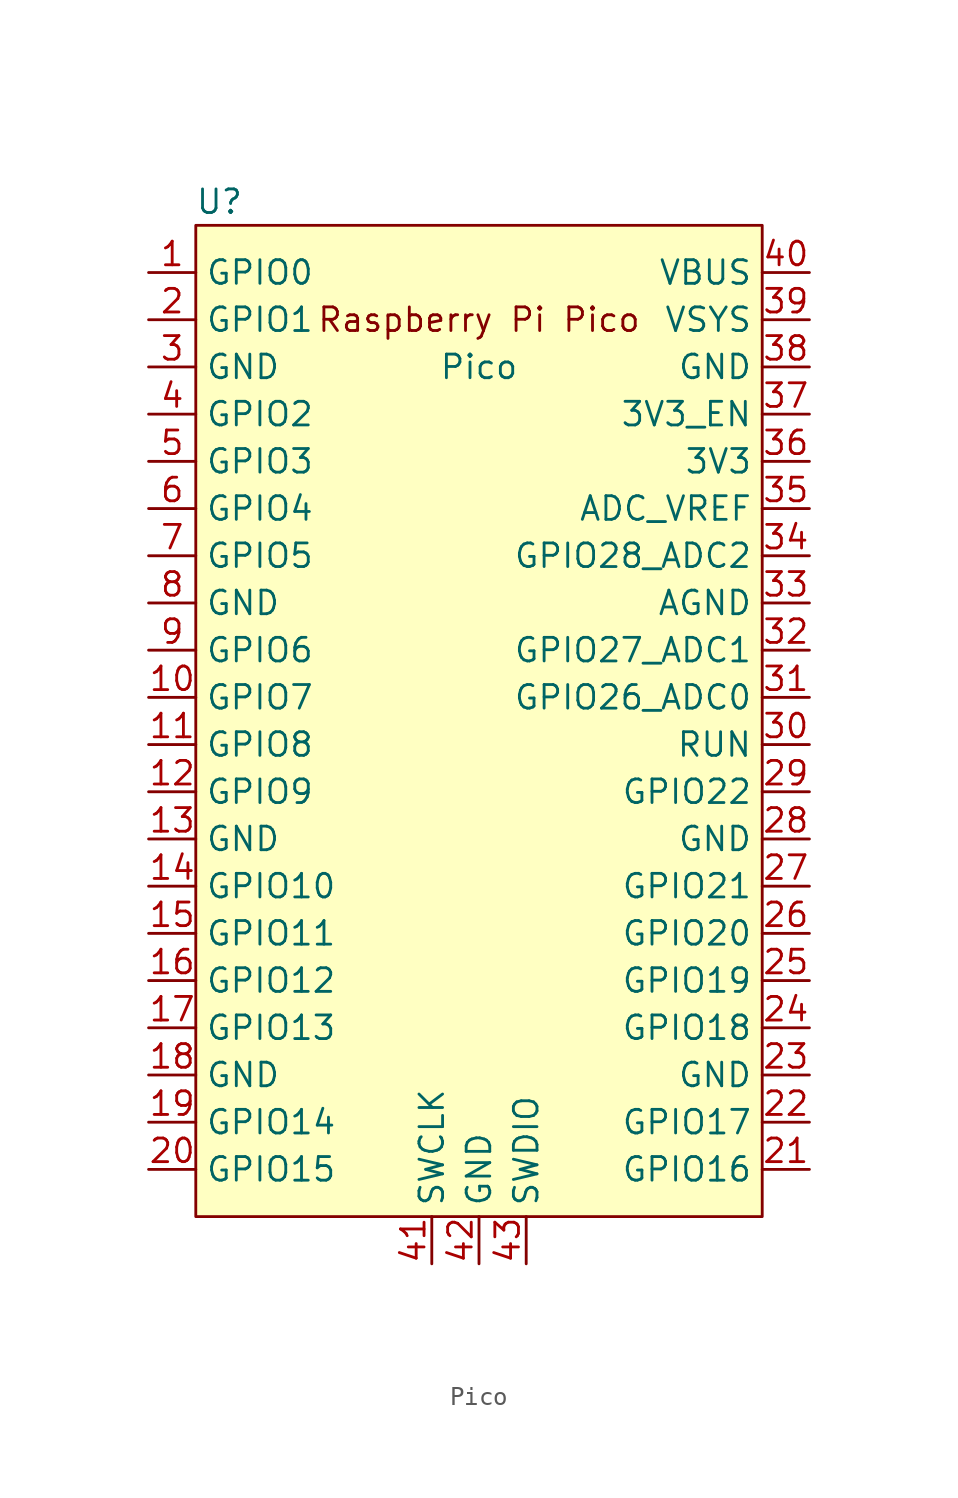
<source format=kicad_sym>
(kicad_symbol_lib
  (version 20211014)
  (generator kicad_symbol_editor)
  (symbol "Pico"
    (property "Reference" "U"
      (at -13.97 27.94 0)
      (effects (font (size 1.27 1.27))))
    (property "Value" "Pico"
      (at 0 19.05 0)
      (effects (font (size 1.27 1.27))))
    (symbol "Pico_0_0"
      (text "Raspberry Pi Pico" (at 0 21.59 0) (effects (font (size 1.27 1.27)))))
    (symbol "Pico_0_1"
      (rectangle (start -15.24 26.67) (end 15.24 -26.67) (stroke (width 0) (type default) (color 0 0 0 0)) (fill (type background))))
    (symbol "Pico_1_1"
      (pin bidirectional line (at -17.78 24.13 0) (length 2.54) (name "GPIO0" (effects (font (size 1.27 1.27)))) (number "1" (effects (font (size 1.27 1.27)))))
      (pin bidirectional line (at -17.78 1.27 0) (length 2.54) (name "GPIO7" (effects (font (size 1.27 1.27)))) (number "10" (effects (font (size 1.27 1.27)))))
      (pin bidirectional line (at -17.78 -1.27 0) (length 2.54) (name "GPIO8" (effects (font (size 1.27 1.27)))) (number "11" (effects (font (size 1.27 1.27)))))
      (pin bidirectional line (at -17.78 -3.81 0) (length 2.54) (name "GPIO9" (effects (font (size 1.27 1.27)))) (number "12" (effects (font (size 1.27 1.27)))))
      (pin power_in line (at -17.78 -6.35 0) (length 2.54) (name "GND" (effects (font (size 1.27 1.27)))) (number "13" (effects (font (size 1.27 1.27)))))
      (pin bidirectional line (at -17.78 -8.89 0) (length 2.54) (name "GPIO10" (effects (font (size 1.27 1.27)))) (number "14" (effects (font (size 1.27 1.27)))))
      (pin bidirectional line (at -17.78 -11.43 0) (length 2.54) (name "GPIO11" (effects (font (size 1.27 1.27)))) (number "15" (effects (font (size 1.27 1.27)))))
      (pin bidirectional line (at -17.78 -13.97 0) (length 2.54) (name "GPIO12" (effects (font (size 1.27 1.27)))) (number "16" (effects (font (size 1.27 1.27)))))
      (pin bidirectional line (at -17.78 -16.51 0) (length 2.54) (name "GPIO13" (effects (font (size 1.27 1.27)))) (number "17" (effects (font (size 1.27 1.27)))))
      (pin power_in line (at -17.78 -19.05 0) (length 2.54) (name "GND" (effects (font (size 1.27 1.27)))) (number "18" (effects (font (size 1.27 1.27)))))
      (pin bidirectional line (at -17.78 -21.59 0) (length 2.54) (name "GPIO14" (effects (font (size 1.27 1.27)))) (number "19" (effects (font (size 1.27 1.27)))))
      (pin bidirectional line (at -17.78 21.59 0) (length 2.54) (name "GPIO1" (effects (font (size 1.27 1.27)))) (number "2" (effects (font (size 1.27 1.27)))))
      (pin bidirectional line (at -17.78 -24.13 0) (length 2.54) (name "GPIO15" (effects (font (size 1.27 1.27)))) (number "20" (effects (font (size 1.27 1.27)))))
      (pin bidirectional line (at 17.78 -24.13 180) (length 2.54) (name "GPIO16" (effects (font (size 1.27 1.27)))) (number "21" (effects (font (size 1.27 1.27)))))
      (pin bidirectional line (at 17.78 -21.59 180) (length 2.54) (name "GPIO17" (effects (font (size 1.27 1.27)))) (number "22" (effects (font (size 1.27 1.27)))))
      (pin power_in line (at 17.78 -19.05 180) (length 2.54) (name "GND" (effects (font (size 1.27 1.27)))) (number "23" (effects (font (size 1.27 1.27)))))
      (pin bidirectional line (at 17.78 -16.51 180) (length 2.54) (name "GPIO18" (effects (font (size 1.27 1.27)))) (number "24" (effects (font (size 1.27 1.27)))))
      (pin bidirectional line (at 17.78 -13.97 180) (length 2.54) (name "GPIO19" (effects (font (size 1.27 1.27)))) (number "25" (effects (font (size 1.27 1.27)))))
      (pin bidirectional line (at 17.78 -11.43 180) (length 2.54) (name "GPIO20" (effects (font (size 1.27 1.27)))) (number "26" (effects (font (size 1.27 1.27)))))
      (pin bidirectional line (at 17.78 -8.89 180) (length 2.54) (name "GPIO21" (effects (font (size 1.27 1.27)))) (number "27" (effects (font (size 1.27 1.27)))))
      (pin power_in line (at 17.78 -6.35 180) (length 2.54) (name "GND" (effects (font (size 1.27 1.27)))) (number "28" (effects (font (size 1.27 1.27)))))
      (pin bidirectional line (at 17.78 -3.81 180) (length 2.54) (name "GPIO22" (effects (font (size 1.27 1.27)))) (number "29" (effects (font (size 1.27 1.27)))))
      (pin power_in line (at -17.78 19.05 0) (length 2.54) (name "GND" (effects (font (size 1.27 1.27)))) (number "3" (effects (font (size 1.27 1.27)))))
      (pin input line (at 17.78 -1.27 180) (length 2.54) (name "RUN" (effects (font (size 1.27 1.27)))) (number "30" (effects (font (size 1.27 1.27)))))
      (pin bidirectional line (at 17.78 1.27 180) (length 2.54) (name "GPIO26_ADC0" (effects (font (size 1.27 1.27)))) (number "31" (effects (font (size 1.27 1.27)))))
      (pin bidirectional line (at 17.78 3.81 180) (length 2.54) (name "GPIO27_ADC1" (effects (font (size 1.27 1.27)))) (number "32" (effects (font (size 1.27 1.27)))))
      (pin power_in line (at 17.78 6.35 180) (length 2.54) (name "AGND" (effects (font (size 1.27 1.27)))) (number "33" (effects (font (size 1.27 1.27)))))
      (pin bidirectional line (at 17.78 8.89 180) (length 2.54) (name "GPIO28_ADC2" (effects (font (size 1.27 1.27)))) (number "34" (effects (font (size 1.27 1.27)))))
      (pin input line (at 17.78 11.43 180) (length 2.54) (name "ADC_VREF" (effects (font (size 1.27 1.27)))) (number "35" (effects (font (size 1.27 1.27)))))
      (pin power_out line (at 17.78 13.97 180) (length 2.54) (name "3V3" (effects (font (size 1.27 1.27)))) (number "36" (effects (font (size 1.27 1.27)))))
      (pin input line (at 17.78 16.51 180) (length 2.54) (name "3V3_EN" (effects (font (size 1.27 1.27)))) (number "37" (effects (font (size 1.27 1.27)))))
      (pin power_in line (at 17.78 19.05 180) (length 2.54) (name "GND" (effects (font (size 1.27 1.27)))) (number "38" (effects (font (size 1.27 1.27)))))
      (pin power_in line (at 17.78 21.59 180) (length 2.54) (name "VSYS" (effects (font (size 1.27 1.27)))) (number "39" (effects (font (size 1.27 1.27)))))
      (pin bidirectional line (at -17.78 16.51 0) (length 2.54) (name "GPIO2" (effects (font (size 1.27 1.27)))) (number "4" (effects (font (size 1.27 1.27)))))
      (pin power_in line (at 17.78 24.13 180) (length 2.54) (name "VBUS" (effects (font (size 1.27 1.27)))) (number "40" (effects (font (size 1.27 1.27)))))
      (pin input line (at -2.54 -29.21 90) (length 2.54) (name "SWCLK" (effects (font (size 1.27 1.27)))) (number "41" (effects (font (size 1.27 1.27)))))
      (pin power_in line (at 0 -29.21 90) (length 2.54) (name "GND" (effects (font (size 1.27 1.27)))) (number "42" (effects (font (size 1.27 1.27)))))
      (pin bidirectional line (at 2.54 -29.21 90) (length 2.54) (name "SWDIO" (effects (font (size 1.27 1.27)))) (number "43" (effects (font (size 1.27 1.27)))))
      (pin bidirectional line (at -17.78 13.97 0) (length 2.54) (name "GPIO3" (effects (font (size 1.27 1.27)))) (number "5" (effects (font (size 1.27 1.27)))))
      (pin bidirectional line (at -17.78 11.43 0) (length 2.54) (name "GPIO4" (effects (font (size 1.27 1.27)))) (number "6" (effects (font (size 1.27 1.27)))))
      (pin bidirectional line (at -17.78 8.89 0) (length 2.54) (name "GPIO5" (effects (font (size 1.27 1.27)))) (number "7" (effects (font (size 1.27 1.27)))))
      (pin power_in line (at -17.78 6.35 0) (length 2.54) (name "GND" (effects (font (size 1.27 1.27)))) (number "8" (effects (font (size 1.27 1.27)))))
      (pin bidirectional line (at -17.78 3.81 0) (length 2.54) (name "GPIO6" (effects (font (size 1.27 1.27)))) (number "9" (effects (font (size 1.27 1.27))))))))
</source>
